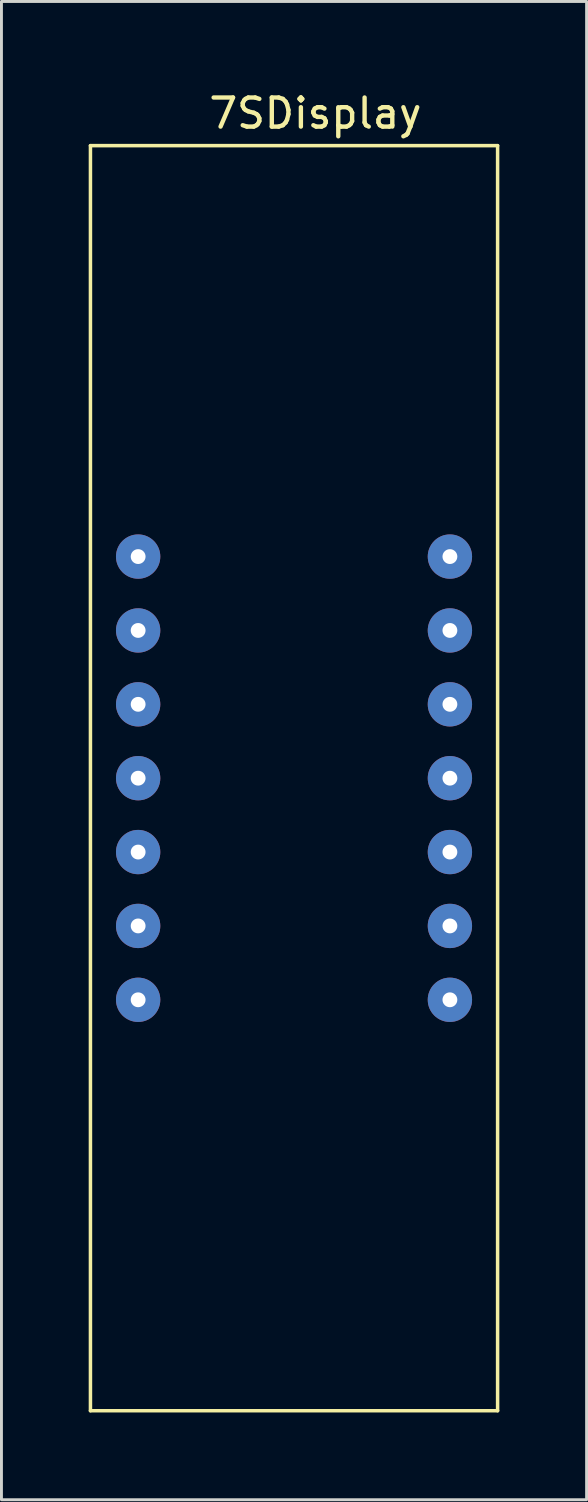
<source format=kicad_pcb>
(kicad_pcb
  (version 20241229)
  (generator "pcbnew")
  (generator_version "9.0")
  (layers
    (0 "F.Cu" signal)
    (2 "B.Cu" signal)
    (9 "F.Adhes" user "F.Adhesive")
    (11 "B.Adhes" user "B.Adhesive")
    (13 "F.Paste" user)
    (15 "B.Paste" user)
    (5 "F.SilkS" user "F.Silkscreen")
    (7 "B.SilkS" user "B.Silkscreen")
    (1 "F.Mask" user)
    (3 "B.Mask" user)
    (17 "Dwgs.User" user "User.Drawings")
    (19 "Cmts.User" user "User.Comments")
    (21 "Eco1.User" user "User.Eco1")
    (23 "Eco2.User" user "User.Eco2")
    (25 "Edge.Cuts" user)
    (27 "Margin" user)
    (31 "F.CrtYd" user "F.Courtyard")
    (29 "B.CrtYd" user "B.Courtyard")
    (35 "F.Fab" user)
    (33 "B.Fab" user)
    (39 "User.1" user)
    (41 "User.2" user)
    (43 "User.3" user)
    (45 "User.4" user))
  (footprint "7SDisplay"
    (layer "F.Cu")
    (at 1.7 16.088)
    (property "Reference" "7SDisplay" (at 6.096 -15.24 0) (layer "F.SilkS") (effects (font (size 1 1) (thickness 0.15))))
    (attr through_hole)
    (fp_line (start -1.64 -14.13) (end -1.64 29.37) (stroke (width 0.12) (type solid)) (layer "F.SilkS"))
    (fp_line (start -1.64 -14.13) (end 12.36 -14.13) (stroke (width 0.12) (type solid)) (layer "F.SilkS"))
    (fp_line (start -1.64 29.37) (end 12.36 29.37) (stroke (width 0.12) (type solid)) (layer "F.SilkS"))
    (fp_line (start 12.36 29.37) (end 12.36 -14.13) (stroke (width 0.12) (type solid)) (layer "F.SilkS"))
    (pad "1" thru_hole circle (at 0 0) (size 1.524 1.524) (drill 0.51) (layers "*.Cu" "*.Mask"))
    (pad "2" thru_hole circle (at 0 2.54) (size 1.524 1.524) (drill 0.51) (layers "*.Cu" "*.Mask"))
    (pad "3" thru_hole circle (at 0 5.08) (size 1.524 1.524) (drill 0.51) (layers "*.Cu" "*.Mask"))
    (pad "4" thru_hole circle (at 0 7.62) (size 1.524 1.524) (drill 0.51) (layers "*.Cu" "*.Mask"))
    (pad "5" thru_hole circle (at 0 10.16) (size 1.524 1.524) (drill 0.51) (layers "*.Cu" "*.Mask"))
    (pad "6" thru_hole circle (at 0 12.7) (size 1.524 1.524) (drill 0.51) (layers "*.Cu" "*.Mask"))
    (pad "7" thru_hole circle (at 0 15.24) (size 1.524 1.524) (drill 0.51) (layers "*.Cu" "*.Mask"))
    (pad "8" thru_hole circle (at 10.72 15.24) (size 1.524 1.524) (drill 0.51) (layers "*.Cu" "*.Mask"))
    (pad "9" thru_hole circle (at 10.72 12.7) (size 1.524 1.524) (drill 0.51) (layers "*.Cu" "*.Mask"))
    (pad "10" thru_hole circle (at 10.72 10.16) (size 1.524 1.524) (drill 0.51) (layers "*.Cu" "*.Mask"))
    (pad "11" thru_hole circle (at 10.72 7.62) (size 1.524 1.524) (drill 0.51) (layers "*.Cu" "*.Mask"))
    (pad "12" thru_hole circle (at 10.72 5.08) (size 1.524 1.524) (drill 0.51) (layers "*.Cu" "*.Mask"))
    (pad "13" thru_hole circle (at 10.72 2.54) (size 1.524 1.524) (drill 0.51) (layers "*.Cu" "*.Mask"))
    (pad "14" thru_hole circle (at 10.72 0) (size 1.524 1.524) (drill 0.51) (layers "*.Cu" "*.Mask")))
  (gr_rect
    (start -3 -3)
    (end 17.12 48.518)
    (stroke (width 0.1) (type default))
    (fill no)
    (layer "Edge.Cuts")))
</source>
